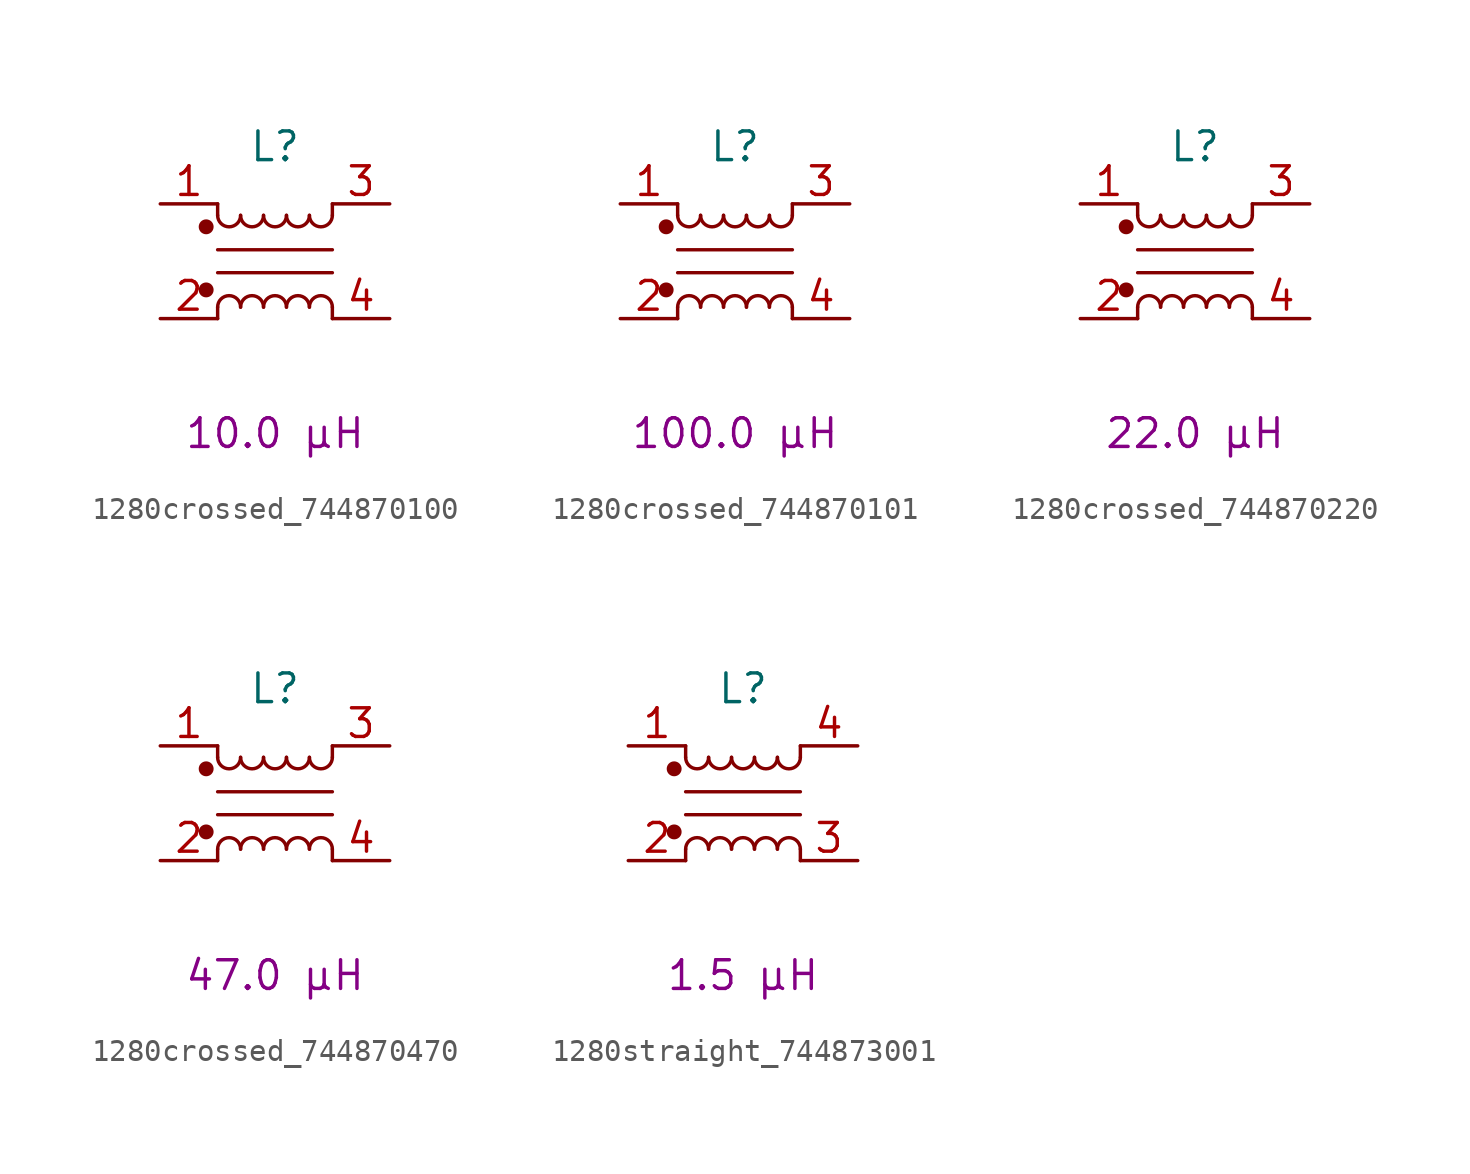
<source format=kicad_sym>
(kicad_symbol_lib
  (version 20220914)
  (generator kicad_symbol_editor)
  (symbol "1280crossed_744870100"
    (pin_names hide)
    (property "Reference" "L"
      (at 0 5.08 0)
      (effects (font (size 1.27 1.27))))
    (property "Critical Parameter" "10.0 µH"
      (at 0 -7.62 0)
      (effects (font (size 1.27 1.27))))
    (symbol "1280crossed_744870100_0_1"
      (circle (center -3.048 -1.27) (radius 0.254) (stroke (width 0) (type default)) (fill (type outline)))
      (circle (center -3.048 1.524) (radius 0.254) (stroke (width 0) (type default)) (fill (type outline)))
      (arc (start -2.54 2.032) (mid -2.032 1.5262) (end -1.524 2.032) (stroke (width 0) (type default)) (fill (type none)))
      (arc (start -1.524 -2.032) (mid -2.032 -1.5262) (end -2.54 -2.032) (stroke (width 0) (type default)) (fill (type none)))
      (arc (start -1.524 2.032) (mid -1.016 1.5262) (end -0.508 2.032) (stroke (width 0) (type default)) (fill (type none)))
      (arc (start -0.508 -2.032) (mid -1.016 -1.5262) (end -1.524 -2.032) (stroke (width 0) (type default)) (fill (type none)))
      (arc (start -0.508 2.032) (mid 0 1.5262) (end 0.508 2.032) (stroke (width 0) (type default)) (fill (type none)))
      (polyline (pts (xy -2.54 -2.032) (xy -2.54 -2.54)) (stroke (width 0) (type default)) (fill (type none)))
      (polyline (pts (xy -2.54 0.508) (xy 2.54 0.508)) (stroke (width 0) (type default)) (fill (type none)))
      (polyline (pts (xy -2.54 2.032) (xy -2.54 2.54)) (stroke (width 0) (type default)) (fill (type none)))
      (polyline (pts (xy 2.54 -2.032) (xy 2.54 -2.54)) (stroke (width 0) (type default)) (fill (type none)))
      (polyline (pts (xy 2.54 -0.508) (xy -2.54 -0.508)) (stroke (width 0) (type default)) (fill (type none)))
      (polyline (pts (xy 2.54 2.54) (xy 2.54 2.032)) (stroke (width 0) (type default)) (fill (type none)))
      (arc (start 0.508 -2.032) (mid 0 -1.5262) (end -0.508 -2.032) (stroke (width 0) (type default)) (fill (type none)))
      (arc (start 0.508 2.032) (mid 1.016 1.5262) (end 1.524 2.032) (stroke (width 0) (type default)) (fill (type none)))
      (arc (start 1.524 -2.032) (mid 1.016 -1.5262) (end 0.508 -2.032) (stroke (width 0) (type default)) (fill (type none)))
      (arc (start 1.524 2.032) (mid 2.032 1.5262) (end 2.54 2.032) (stroke (width 0) (type default)) (fill (type none)))
      (arc (start 2.54 -2.032) (mid 2.032 -1.5262) (end 1.524 -2.032) (stroke (width 0) (type default)) (fill (type none))))
    (symbol "1280crossed_744870100_1_1"
      (pin passive line (at -5.08 2.54 0) (length 2.54) (name "1" (effects (font (size 1.27 1.27)))) (number "1" (effects (font (size 1.27 1.27)))))
      (pin passive line (at -5.08 -2.54 0) (length 2.54) (name "2" (effects (font (size 1.27 1.27)))) (number "2" (effects (font (size 1.27 1.27)))))
      (pin passive line (at 5.08 2.54 180) (length 2.54) (name "3" (effects (font (size 1.27 1.27)))) (number "3" (effects (font (size 1.27 1.27)))))
      (pin passive line (at 5.08 -2.54 180) (length 2.54) (name "4" (effects (font (size 1.27 1.27)))) (number "4" (effects (font (size 1.27 1.27)))))))
  (symbol "1280crossed_744870101"
    (pin_names hide)
    (property "Reference" "L"
      (at 0 5.08 0)
      (effects (font (size 1.27 1.27))))
    (property "Critical Parameter" "100.0 µH"
      (at 0 -7.62 0)
      (effects (font (size 1.27 1.27))))
    (symbol "1280crossed_744870101_0_1"
      (circle (center -3.048 -1.27) (radius 0.254) (stroke (width 0) (type default)) (fill (type outline)))
      (circle (center -3.048 1.524) (radius 0.254) (stroke (width 0) (type default)) (fill (type outline)))
      (arc (start -2.54 2.032) (mid -2.032 1.5262) (end -1.524 2.032) (stroke (width 0) (type default)) (fill (type none)))
      (arc (start -1.524 -2.032) (mid -2.032 -1.5262) (end -2.54 -2.032) (stroke (width 0) (type default)) (fill (type none)))
      (arc (start -1.524 2.032) (mid -1.016 1.5262) (end -0.508 2.032) (stroke (width 0) (type default)) (fill (type none)))
      (arc (start -0.508 -2.032) (mid -1.016 -1.5262) (end -1.524 -2.032) (stroke (width 0) (type default)) (fill (type none)))
      (arc (start -0.508 2.032) (mid 0 1.5262) (end 0.508 2.032) (stroke (width 0) (type default)) (fill (type none)))
      (polyline (pts (xy -2.54 -2.032) (xy -2.54 -2.54)) (stroke (width 0) (type default)) (fill (type none)))
      (polyline (pts (xy -2.54 0.508) (xy 2.54 0.508)) (stroke (width 0) (type default)) (fill (type none)))
      (polyline (pts (xy -2.54 2.032) (xy -2.54 2.54)) (stroke (width 0) (type default)) (fill (type none)))
      (polyline (pts (xy 2.54 -2.032) (xy 2.54 -2.54)) (stroke (width 0) (type default)) (fill (type none)))
      (polyline (pts (xy 2.54 -0.508) (xy -2.54 -0.508)) (stroke (width 0) (type default)) (fill (type none)))
      (polyline (pts (xy 2.54 2.54) (xy 2.54 2.032)) (stroke (width 0) (type default)) (fill (type none)))
      (arc (start 0.508 -2.032) (mid 0 -1.5262) (end -0.508 -2.032) (stroke (width 0) (type default)) (fill (type none)))
      (arc (start 0.508 2.032) (mid 1.016 1.5262) (end 1.524 2.032) (stroke (width 0) (type default)) (fill (type none)))
      (arc (start 1.524 -2.032) (mid 1.016 -1.5262) (end 0.508 -2.032) (stroke (width 0) (type default)) (fill (type none)))
      (arc (start 1.524 2.032) (mid 2.032 1.5262) (end 2.54 2.032) (stroke (width 0) (type default)) (fill (type none)))
      (arc (start 2.54 -2.032) (mid 2.032 -1.5262) (end 1.524 -2.032) (stroke (width 0) (type default)) (fill (type none))))
    (symbol "1280crossed_744870101_1_1"
      (pin passive line (at -5.08 2.54 0) (length 2.54) (name "1" (effects (font (size 1.27 1.27)))) (number "1" (effects (font (size 1.27 1.27)))))
      (pin passive line (at -5.08 -2.54 0) (length 2.54) (name "2" (effects (font (size 1.27 1.27)))) (number "2" (effects (font (size 1.27 1.27)))))
      (pin passive line (at 5.08 2.54 180) (length 2.54) (name "3" (effects (font (size 1.27 1.27)))) (number "3" (effects (font (size 1.27 1.27)))))
      (pin passive line (at 5.08 -2.54 180) (length 2.54) (name "4" (effects (font (size 1.27 1.27)))) (number "4" (effects (font (size 1.27 1.27)))))))
  (symbol "1280crossed_744870220"
    (pin_names hide)
    (property "Reference" "L"
      (at 0 5.08 0)
      (effects (font (size 1.27 1.27))))
    (property "Critical Parameter" "22.0 µH"
      (at 0 -7.62 0)
      (effects (font (size 1.27 1.27))))
    (symbol "1280crossed_744870220_0_1"
      (circle (center -3.048 -1.27) (radius 0.254) (stroke (width 0) (type default)) (fill (type outline)))
      (circle (center -3.048 1.524) (radius 0.254) (stroke (width 0) (type default)) (fill (type outline)))
      (arc (start -2.54 2.032) (mid -2.032 1.5262) (end -1.524 2.032) (stroke (width 0) (type default)) (fill (type none)))
      (arc (start -1.524 -2.032) (mid -2.032 -1.5262) (end -2.54 -2.032) (stroke (width 0) (type default)) (fill (type none)))
      (arc (start -1.524 2.032) (mid -1.016 1.5262) (end -0.508 2.032) (stroke (width 0) (type default)) (fill (type none)))
      (arc (start -0.508 -2.032) (mid -1.016 -1.5262) (end -1.524 -2.032) (stroke (width 0) (type default)) (fill (type none)))
      (arc (start -0.508 2.032) (mid 0 1.5262) (end 0.508 2.032) (stroke (width 0) (type default)) (fill (type none)))
      (polyline (pts (xy -2.54 -2.032) (xy -2.54 -2.54)) (stroke (width 0) (type default)) (fill (type none)))
      (polyline (pts (xy -2.54 0.508) (xy 2.54 0.508)) (stroke (width 0) (type default)) (fill (type none)))
      (polyline (pts (xy -2.54 2.032) (xy -2.54 2.54)) (stroke (width 0) (type default)) (fill (type none)))
      (polyline (pts (xy 2.54 -2.032) (xy 2.54 -2.54)) (stroke (width 0) (type default)) (fill (type none)))
      (polyline (pts (xy 2.54 -0.508) (xy -2.54 -0.508)) (stroke (width 0) (type default)) (fill (type none)))
      (polyline (pts (xy 2.54 2.54) (xy 2.54 2.032)) (stroke (width 0) (type default)) (fill (type none)))
      (arc (start 0.508 -2.032) (mid 0 -1.5262) (end -0.508 -2.032) (stroke (width 0) (type default)) (fill (type none)))
      (arc (start 0.508 2.032) (mid 1.016 1.5262) (end 1.524 2.032) (stroke (width 0) (type default)) (fill (type none)))
      (arc (start 1.524 -2.032) (mid 1.016 -1.5262) (end 0.508 -2.032) (stroke (width 0) (type default)) (fill (type none)))
      (arc (start 1.524 2.032) (mid 2.032 1.5262) (end 2.54 2.032) (stroke (width 0) (type default)) (fill (type none)))
      (arc (start 2.54 -2.032) (mid 2.032 -1.5262) (end 1.524 -2.032) (stroke (width 0) (type default)) (fill (type none))))
    (symbol "1280crossed_744870220_1_1"
      (pin passive line (at -5.08 2.54 0) (length 2.54) (name "1" (effects (font (size 1.27 1.27)))) (number "1" (effects (font (size 1.27 1.27)))))
      (pin passive line (at -5.08 -2.54 0) (length 2.54) (name "2" (effects (font (size 1.27 1.27)))) (number "2" (effects (font (size 1.27 1.27)))))
      (pin passive line (at 5.08 2.54 180) (length 2.54) (name "3" (effects (font (size 1.27 1.27)))) (number "3" (effects (font (size 1.27 1.27)))))
      (pin passive line (at 5.08 -2.54 180) (length 2.54) (name "4" (effects (font (size 1.27 1.27)))) (number "4" (effects (font (size 1.27 1.27)))))))
  (symbol "1280crossed_744870470"
    (pin_names hide)
    (property "Reference" "L"
      (at 0 5.08 0)
      (effects (font (size 1.27 1.27))))
    (property "Critical Parameter" "47.0 µH"
      (at 0 -7.62 0)
      (effects (font (size 1.27 1.27))))
    (symbol "1280crossed_744870470_0_1"
      (circle (center -3.048 -1.27) (radius 0.254) (stroke (width 0) (type default)) (fill (type outline)))
      (circle (center -3.048 1.524) (radius 0.254) (stroke (width 0) (type default)) (fill (type outline)))
      (arc (start -2.54 2.032) (mid -2.032 1.5262) (end -1.524 2.032) (stroke (width 0) (type default)) (fill (type none)))
      (arc (start -1.524 -2.032) (mid -2.032 -1.5262) (end -2.54 -2.032) (stroke (width 0) (type default)) (fill (type none)))
      (arc (start -1.524 2.032) (mid -1.016 1.5262) (end -0.508 2.032) (stroke (width 0) (type default)) (fill (type none)))
      (arc (start -0.508 -2.032) (mid -1.016 -1.5262) (end -1.524 -2.032) (stroke (width 0) (type default)) (fill (type none)))
      (arc (start -0.508 2.032) (mid 0 1.5262) (end 0.508 2.032) (stroke (width 0) (type default)) (fill (type none)))
      (polyline (pts (xy -2.54 -2.032) (xy -2.54 -2.54)) (stroke (width 0) (type default)) (fill (type none)))
      (polyline (pts (xy -2.54 0.508) (xy 2.54 0.508)) (stroke (width 0) (type default)) (fill (type none)))
      (polyline (pts (xy -2.54 2.032) (xy -2.54 2.54)) (stroke (width 0) (type default)) (fill (type none)))
      (polyline (pts (xy 2.54 -2.032) (xy 2.54 -2.54)) (stroke (width 0) (type default)) (fill (type none)))
      (polyline (pts (xy 2.54 -0.508) (xy -2.54 -0.508)) (stroke (width 0) (type default)) (fill (type none)))
      (polyline (pts (xy 2.54 2.54) (xy 2.54 2.032)) (stroke (width 0) (type default)) (fill (type none)))
      (arc (start 0.508 -2.032) (mid 0 -1.5262) (end -0.508 -2.032) (stroke (width 0) (type default)) (fill (type none)))
      (arc (start 0.508 2.032) (mid 1.016 1.5262) (end 1.524 2.032) (stroke (width 0) (type default)) (fill (type none)))
      (arc (start 1.524 -2.032) (mid 1.016 -1.5262) (end 0.508 -2.032) (stroke (width 0) (type default)) (fill (type none)))
      (arc (start 1.524 2.032) (mid 2.032 1.5262) (end 2.54 2.032) (stroke (width 0) (type default)) (fill (type none)))
      (arc (start 2.54 -2.032) (mid 2.032 -1.5262) (end 1.524 -2.032) (stroke (width 0) (type default)) (fill (type none))))
    (symbol "1280crossed_744870470_1_1"
      (pin passive line (at -5.08 2.54 0) (length 2.54) (name "1" (effects (font (size 1.27 1.27)))) (number "1" (effects (font (size 1.27 1.27)))))
      (pin passive line (at -5.08 -2.54 0) (length 2.54) (name "2" (effects (font (size 1.27 1.27)))) (number "2" (effects (font (size 1.27 1.27)))))
      (pin passive line (at 5.08 2.54 180) (length 2.54) (name "3" (effects (font (size 1.27 1.27)))) (number "3" (effects (font (size 1.27 1.27)))))
      (pin passive line (at 5.08 -2.54 180) (length 2.54) (name "4" (effects (font (size 1.27 1.27)))) (number "4" (effects (font (size 1.27 1.27)))))))
  (symbol "1280straight_744873001"
    (pin_names hide)
    (property "Reference" "L"
      (at 0 5.08 0)
      (effects (font (size 1.27 1.27))))
    (property "Critical Parameter" "1.5 µH"
      (at 0 -7.62 0)
      (effects (font (size 1.27 1.27))))
    (symbol "1280straight_744873001_0_1"
      (circle (center -3.048 -1.27) (radius 0.254) (stroke (width 0) (type default)) (fill (type outline)))
      (circle (center -3.048 1.524) (radius 0.254) (stroke (width 0) (type default)) (fill (type outline)))
      (arc (start -2.54 2.032) (mid -2.032 1.5262) (end -1.524 2.032) (stroke (width 0) (type default)) (fill (type none)))
      (arc (start -1.524 -2.032) (mid -2.032 -1.5262) (end -2.54 -2.032) (stroke (width 0) (type default)) (fill (type none)))
      (arc (start -1.524 2.032) (mid -1.016 1.5262) (end -0.508 2.032) (stroke (width 0) (type default)) (fill (type none)))
      (arc (start -0.508 -2.032) (mid -1.016 -1.5262) (end -1.524 -2.032) (stroke (width 0) (type default)) (fill (type none)))
      (arc (start -0.508 2.032) (mid 0 1.5262) (end 0.508 2.032) (stroke (width 0) (type default)) (fill (type none)))
      (polyline (pts (xy -2.54 -2.032) (xy -2.54 -2.54)) (stroke (width 0) (type default)) (fill (type none)))
      (polyline (pts (xy -2.54 0.508) (xy 2.54 0.508)) (stroke (width 0) (type default)) (fill (type none)))
      (polyline (pts (xy -2.54 2.032) (xy -2.54 2.54)) (stroke (width 0) (type default)) (fill (type none)))
      (polyline (pts (xy 2.54 -2.032) (xy 2.54 -2.54)) (stroke (width 0) (type default)) (fill (type none)))
      (polyline (pts (xy 2.54 -0.508) (xy -2.54 -0.508)) (stroke (width 0) (type default)) (fill (type none)))
      (polyline (pts (xy 2.54 2.54) (xy 2.54 2.032)) (stroke (width 0) (type default)) (fill (type none)))
      (arc (start 0.508 -2.032) (mid 0 -1.5262) (end -0.508 -2.032) (stroke (width 0) (type default)) (fill (type none)))
      (arc (start 0.508 2.032) (mid 1.016 1.5262) (end 1.524 2.032) (stroke (width 0) (type default)) (fill (type none)))
      (arc (start 1.524 -2.032) (mid 1.016 -1.5262) (end 0.508 -2.032) (stroke (width 0) (type default)) (fill (type none)))
      (arc (start 1.524 2.032) (mid 2.032 1.5262) (end 2.54 2.032) (stroke (width 0) (type default)) (fill (type none)))
      (arc (start 2.54 -2.032) (mid 2.032 -1.5262) (end 1.524 -2.032) (stroke (width 0) (type default)) (fill (type none))))
    (symbol "1280straight_744873001_1_1"
      (pin passive line (at -5.08 2.54 0) (length 2.54) (name "1" (effects (font (size 1.27 1.27)))) (number "1" (effects (font (size 1.27 1.27)))))
      (pin passive line (at -5.08 -2.54 0) (length 2.54) (name "2" (effects (font (size 1.27 1.27)))) (number "2" (effects (font (size 1.27 1.27)))))
      (pin passive line (at 5.08 -2.54 180) (length 2.54) (name "3" (effects (font (size 1.27 1.27)))) (number "3" (effects (font (size 1.27 1.27)))))
      (pin passive line (at 5.08 2.54 180) (length 2.54) (name "4" (effects (font (size 1.27 1.27)))) (number "4" (effects (font (size 1.27 1.27))))))))
</source>
